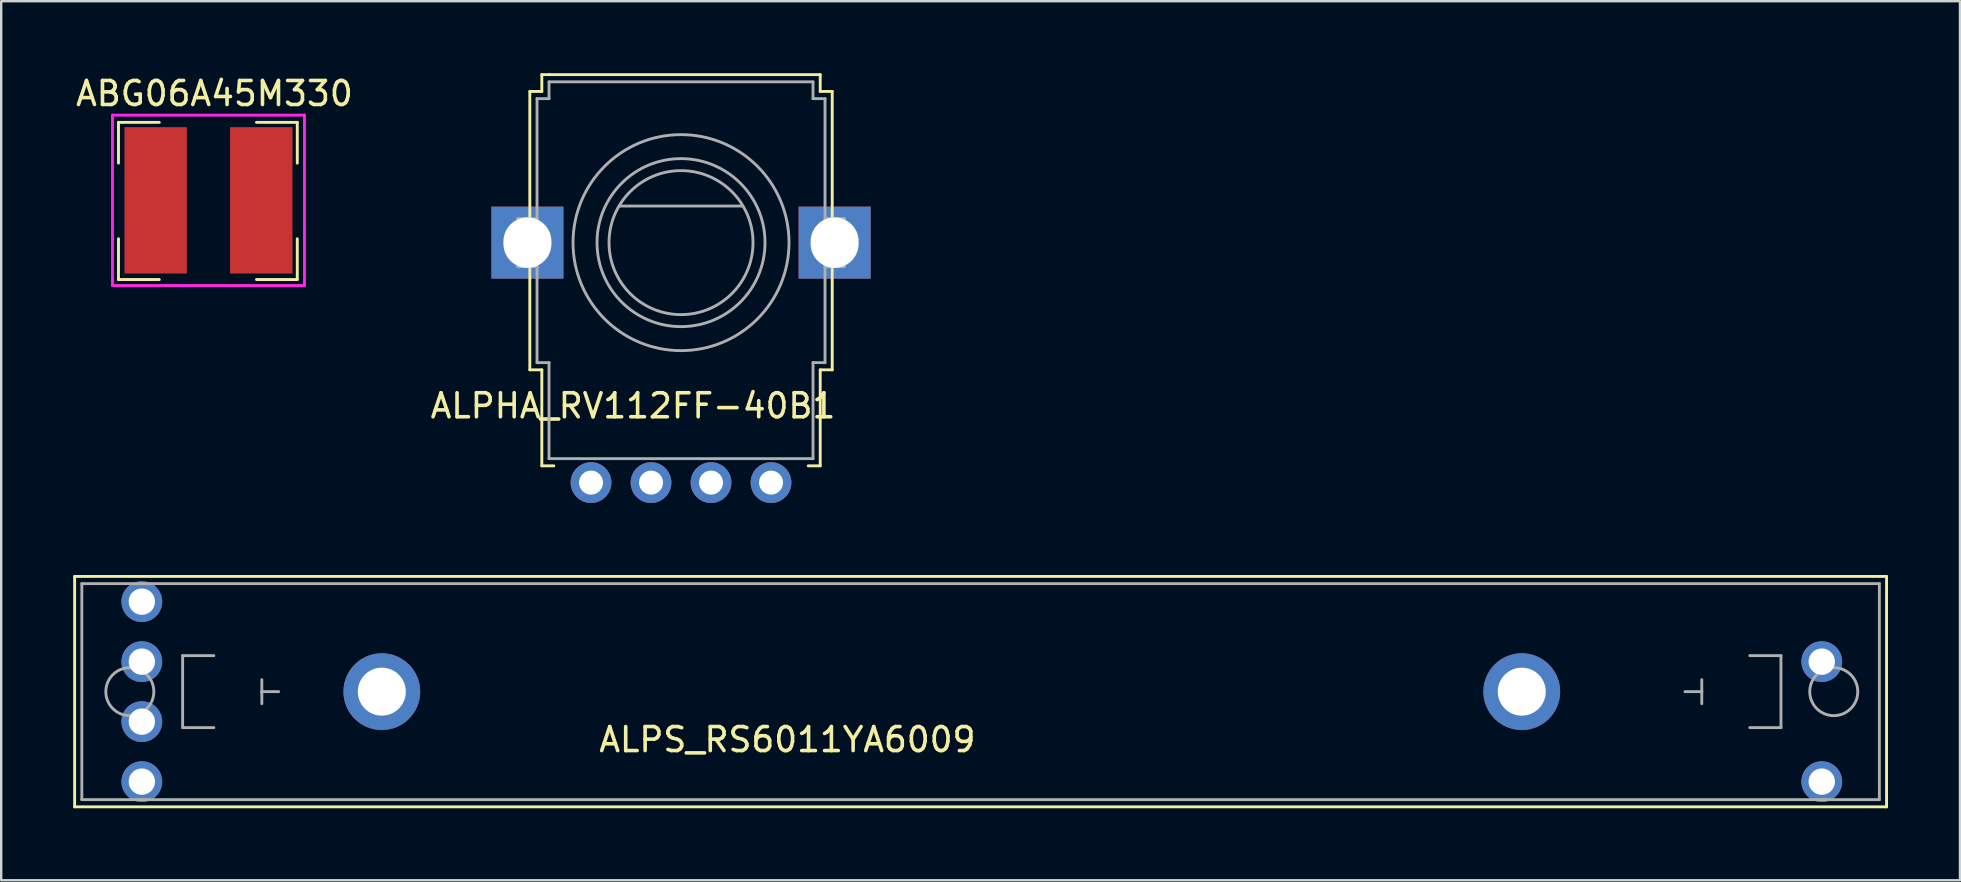
<source format=kicad_pcb>
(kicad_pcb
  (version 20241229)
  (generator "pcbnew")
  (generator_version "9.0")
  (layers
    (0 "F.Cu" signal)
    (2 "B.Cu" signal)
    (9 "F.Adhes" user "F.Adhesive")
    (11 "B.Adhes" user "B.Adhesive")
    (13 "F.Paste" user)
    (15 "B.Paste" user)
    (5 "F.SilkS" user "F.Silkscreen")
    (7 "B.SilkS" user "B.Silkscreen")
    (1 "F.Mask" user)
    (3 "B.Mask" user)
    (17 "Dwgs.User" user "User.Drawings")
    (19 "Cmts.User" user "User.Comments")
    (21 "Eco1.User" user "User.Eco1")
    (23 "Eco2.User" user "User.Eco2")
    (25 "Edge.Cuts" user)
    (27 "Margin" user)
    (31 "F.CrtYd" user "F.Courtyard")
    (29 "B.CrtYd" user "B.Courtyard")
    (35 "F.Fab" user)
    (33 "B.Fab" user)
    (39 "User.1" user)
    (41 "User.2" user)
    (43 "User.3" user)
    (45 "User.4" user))
  (footprint "ABG06A45M330"
    (layer "F.Cu")
    (at 5.737 5.198)
    (property "Reference" "ABG06A45M330" (at 0.15 -4.35 0) (layer "F.SilkS") (effects (font (size 1 1) (thickness 0.15))))
    (attr smd)
    (fp_line (start -3.85 -3.15) (end -3.85 -1.45) (stroke (width 0.12) (type solid)) (layer "F.SilkS"))
    (fp_line (start -3.85 -3.15) (end -2.15 -3.15) (stroke (width 0.12) (type solid)) (layer "F.SilkS"))
    (fp_line (start -3.85 3.4) (end -3.85 1.7) (stroke (width 0.12) (type solid)) (layer "F.SilkS"))
    (fp_line (start -3.85 3.4) (end -2.15 3.4) (stroke (width 0.12) (type solid)) (layer "F.SilkS"))
    (fp_line (start 3.6 -3.15) (end 1.9 -3.15) (stroke (width 0.12) (type solid)) (layer "F.SilkS"))
    (fp_line (start 3.6 -3.15) (end 3.6 -1.45) (stroke (width 0.12) (type solid)) (layer "F.SilkS"))
    (fp_line (start 3.6 3.4) (end 1.9 3.4) (stroke (width 0.12) (type solid)) (layer "F.SilkS"))
    (fp_line (start 3.6 3.4) (end 3.6 1.7) (stroke (width 0.12) (type solid)) (layer "F.SilkS"))
    (fp_line (start -4.1 -3.45) (end 3.9 -3.45) (stroke (width 0.12) (type solid)) (layer "F.CrtYd"))
    (fp_line (start -4.1 3.65) (end -4.1 -3.45) (stroke (width 0.12) (type solid)) (layer "F.CrtYd"))
    (fp_line (start 3.9 -3.45) (end 3.9 3.65) (stroke (width 0.12) (type solid)) (layer "F.CrtYd"))
    (fp_line (start 3.9 3.65) (end -4.1 3.65) (stroke (width 0.12) (type solid)) (layer "F.CrtYd"))
    (pad "1" smd rect (at -2.3 0.1 270) (size 6.1 2.6) (layers "F.Cu" "F.Mask" "F.Paste"))
    (pad "2" smd rect (at 2.1 0.1 90) (size 6.1 2.6) (layers "F.Cu" "F.Mask" "F.Paste")))
  (footprint "ALPHA_RV112FF-40B1"
    (layer "F.Cu")
    (at 25.327 7.06)
    (property "Reference" "ALPHA_RV112FF-40B1" (at -2 6.8 0) (layer "F.SilkS") (effects (font (size 1 1) (thickness 0.15))))
    (attr through_hole)
    (fp_line (start -6.3 -6.3) (end -5.8 -6.3) (stroke (width 0.12) (type solid)) (layer "F.SilkS"))
    (fp_line (start -6.3 5.3) (end -6.3 -6.3) (stroke (width 0.12) (type solid)) (layer "F.SilkS"))
    (fp_line (start -5.8 -7) (end -5.5 -7) (stroke (width 0.12) (type solid)) (layer "F.SilkS"))
    (fp_line (start -5.8 -6.3) (end -5.8 -7) (stroke (width 0.12) (type solid)) (layer "F.SilkS"))
    (fp_line (start -5.8 5.3) (end -6.3 5.3) (stroke (width 0.12) (type solid)) (layer "F.SilkS"))
    (fp_line (start -5.8 9.3) (end -5.8 5.3) (stroke (width 0.12) (type solid)) (layer "F.SilkS"))
    (fp_line (start -5.8 9.3) (end -5.3 9.3) (stroke (width 0.12) (type solid)) (layer "F.SilkS"))
    (fp_line (start -5.5 -7) (end 5.8 -7) (stroke (width 0.12) (type solid)) (layer "F.SilkS"))
    (fp_line (start 5.8 -7) (end 5.8 -6.3) (stroke (width 0.12) (type solid)) (layer "F.SilkS"))
    (fp_line (start 5.8 -6.3) (end 6.3 -6.3) (stroke (width 0.12) (type solid)) (layer "F.SilkS"))
    (fp_line (start 5.8 5.3) (end 5.8 9.3) (stroke (width 0.12) (type solid)) (layer "F.SilkS"))
    (fp_line (start 5.8 9.3) (end 5.3 9.3) (stroke (width 0.12) (type solid)) (layer "F.SilkS"))
    (fp_line (start 6.3 -6.3) (end 6.3 5.3) (stroke (width 0.12) (type solid)) (layer "F.SilkS"))
    (fp_line (start 6.3 5.3) (end 5.8 5.3) (stroke (width 0.12) (type solid)) (layer "F.SilkS"))
    (fp_line (start -6.8 -1) (end -6 -1) (stroke (width 0.12) (type solid)) (layer "F.Fab"))
    (fp_line (start -6.8 1) (end -6.8 -1) (stroke (width 0.12) (type solid)) (layer "F.Fab"))
    (fp_line (start -6 -6) (end -6 5) (stroke (width 0.12) (type solid)) (layer "F.Fab"))
    (fp_line (start -6 1) (end -6.8 1) (stroke (width 0.12) (type solid)) (layer "F.Fab"))
    (fp_line (start -5.5 -6.7) (end -5.5 -6) (stroke (width 0.12) (type solid)) (layer "F.Fab"))
    (fp_line (start -5.5 -6.7) (end 5.5 -6.7) (stroke (width 0.12) (type solid)) (layer "F.Fab"))
    (fp_line (start -5.5 -6) (end -6 -6) (stroke (width 0.12) (type solid)) (layer "F.Fab"))
    (fp_line (start -5.5 5) (end -6 5) (stroke (width 0.12) (type solid)) (layer "F.Fab"))
    (fp_line (start -5.5 9) (end -5.5 5) (stroke (width 0.12) (type solid)) (layer "F.Fab"))
    (fp_line (start -5.5 9) (end 5.5 9) (stroke (width 0.12) (type solid)) (layer "F.Fab"))
    (fp_line (start -2.54 -1.524) (end 2.54 -1.524) (stroke (width 0.12) (type solid)) (layer "F.Fab"))
    (fp_line (start 5.5 -6.7) (end 5.5 -6) (stroke (width 0.12) (type solid)) (layer "F.Fab"))
    (fp_line (start 5.5 -6) (end 6 -6) (stroke (width 0.12) (type solid)) (layer "F.Fab"))
    (fp_line (start 5.5 5) (end 6 5) (stroke (width 0.12) (type solid)) (layer "F.Fab"))
    (fp_line (start 5.5 9) (end 5.5 5) (stroke (width 0.12) (type solid)) (layer "F.Fab"))
    (fp_line (start 6 -6) (end 6 5) (stroke (width 0.12) (type solid)) (layer "F.Fab"))
    (fp_line (start 6 -1) (end 6.8 -1) (stroke (width 0.12) (type solid)) (layer "F.Fab"))
    (fp_line (start 6.8 -1) (end 6.8 1) (stroke (width 0.12) (type solid)) (layer "F.Fab"))
    (fp_line (start 6.8 1) (end 6 1) (stroke (width 0.12) (type solid)) (layer "F.Fab"))
    (fp_circle (center 0 0) (end 3 0) (stroke (width 0.12) (type solid)) (fill no) (layer "F.Fab"))
    (fp_circle (center 0 0) (end 3.5 0) (stroke (width 0.12) (type solid)) (fill no) (layer "F.Fab"))
    (fp_circle (center 0 0) (end 4.5 0) (stroke (width 0.12) (type solid)) (fill no) (layer "F.Fab"))
    (pad "" thru_hole rect (at -6.4 0) (size 3 3) (drill oval 2 2.1) (layers "*.Cu" "*.Mask"))
    (pad "" thru_hole rect (at 6.4 0) (size 3 3) (drill oval 2 2.1) (layers "*.Cu" "*.Mask"))
    (pad "1" thru_hole circle (at -1.25 10) (size 1.7 1.7) (drill 1) (layers "*.Cu" "*.Mask"))
    (pad "2" thru_hole circle (at 1.25 10) (size 1.7 1.7) (drill 1) (layers "*.Cu" "*.Mask"))
    (pad "3" thru_hole circle (at 3.75 10) (size 1.7 1.7) (drill 1) (layers "*.Cu" "*.Mask"))
    (pad "4" thru_hole circle (at -3.75 10) (size 1.7 1.7) (drill 1) (layers "*.Cu" "*.Mask")))
  (footprint "ALPS_RS6011YA6009"
    (layer "F.Cu")
    (at 37.86 25.77)
    (property "Reference" "ALPS_RS6011YA6009" (at -8.1 2 0) (layer "F.SilkS") (effects (font (size 1 1) (thickness 0.15))))
    (attr through_hole)
    (fp_line (start -37.8 -4.8) (end 37.7 -4.8) (stroke (width 0.12) (type solid)) (layer "F.SilkS"))
    (fp_line (start -37.8 4.8) (end -37.8 -4.8) (stroke (width 0.12) (type solid)) (layer "F.SilkS"))
    (fp_line (start 37.7 -4.8) (end 37.7 4.8) (stroke (width 0.12) (type solid)) (layer "F.SilkS"))
    (fp_line (start 37.7 4.8) (end -37.8 4.8) (stroke (width 0.12) (type solid)) (layer "F.SilkS"))
    (fp_line (start -37.5 -4.5) (end 37.4 -4.5) (stroke (width 0.12) (type solid)) (layer "F.Fab"))
    (fp_line (start -37.5 4.5) (end -37.5 -4.5) (stroke (width 0.12) (type solid)) (layer "F.Fab"))
    (fp_line (start -33.3 -1.5) (end -33.3 1.5) (stroke (width 0.12) (type solid)) (layer "F.Fab"))
    (fp_line (start -33.3 -1.5) (end -32 -1.5) (stroke (width 0.12) (type solid)) (layer "F.Fab"))
    (fp_line (start -33.3 1.5) (end -32 1.5) (stroke (width 0.12) (type solid)) (layer "F.Fab"))
    (fp_line (start -30 0) (end -30 -0.5) (stroke (width 0.12) (type solid)) (layer "F.Fab"))
    (fp_line (start -30 0) (end -30 0.5) (stroke (width 0.12) (type solid)) (layer "F.Fab"))
    (fp_line (start -30 0) (end -29.3 0) (stroke (width 0.12) (type solid)) (layer "F.Fab"))
    (fp_line (start 30 0) (end 29.3 0) (stroke (width 0.12) (type solid)) (layer "F.Fab"))
    (fp_line (start 30 0) (end 30 -0.5) (stroke (width 0.12) (type solid)) (layer "F.Fab"))
    (fp_line (start 30 0) (end 30 0.5) (stroke (width 0.12) (type solid)) (layer "F.Fab"))
    (fp_line (start 33.3 -1.5) (end 32 -1.5) (stroke (width 0.12) (type solid)) (layer "F.Fab"))
    (fp_line (start 33.3 1.5) (end 32 1.5) (stroke (width 0.12) (type solid)) (layer "F.Fab"))
    (fp_line (start 33.3 1.5) (end 33.3 -1.5) (stroke (width 0.12) (type solid)) (layer "F.Fab"))
    (fp_line (start 37.4 -4.5) (end 37.4 4.5) (stroke (width 0.12) (type solid)) (layer "F.Fab"))
    (fp_line (start 37.4 4.5) (end -37.5 4.5) (stroke (width 0.12) (type solid)) (layer "F.Fab"))
    (fp_circle (center -35.5 0) (end -34.5 0) (stroke (width 0.12) (type solid)) (fill no) (layer "F.Fab"))
    (fp_circle (center 35.5 0) (end 36.5 0) (stroke (width 0.12) (type solid)) (fill no) (layer "F.Fab"))
    (pad "" thru_hole circle (at -35 1.25) (size 1.7 1.7) (drill 1.1) (layers "*.Cu" "*.Mask"))
    (pad "" thru_hole circle (at -35 3.75) (size 1.7 1.7) (drill 1.1) (layers "*.Cu" "*.Mask"))
    (pad "" thru_hole circle (at -25 0) (size 3.2 3.2) (drill 2) (layers "*.Cu" "*.Mask"))
    (pad "" thru_hole circle (at 22.5 0) (size 3.2 3.2) (drill 2) (layers "*.Cu" "*.Mask"))
    (pad "" thru_hole circle (at 35 3.75) (size 1.7 1.7) (drill 1.1) (layers "*.Cu" "*.Mask"))
    (pad "1" thru_hole circle (at -35 -1.25) (size 1.7 1.7) (drill 1.1) (layers "*.Cu" "*.Mask"))
    (pad "2" thru_hole circle (at -35 -3.75) (size 1.7 1.7) (drill 1.1) (layers "*.Cu" "*.Mask"))
    (pad "3" thru_hole circle (at 35 -1.25) (size 1.7 1.7) (drill 1.1) (layers "*.Cu" "*.Mask")))
  (gr_rect
    (start -3 -3)
    (end 78.62 33.63)
    (stroke (width 0.1) (type default))
    (fill no)
    (layer "Edge.Cuts")))
</source>
